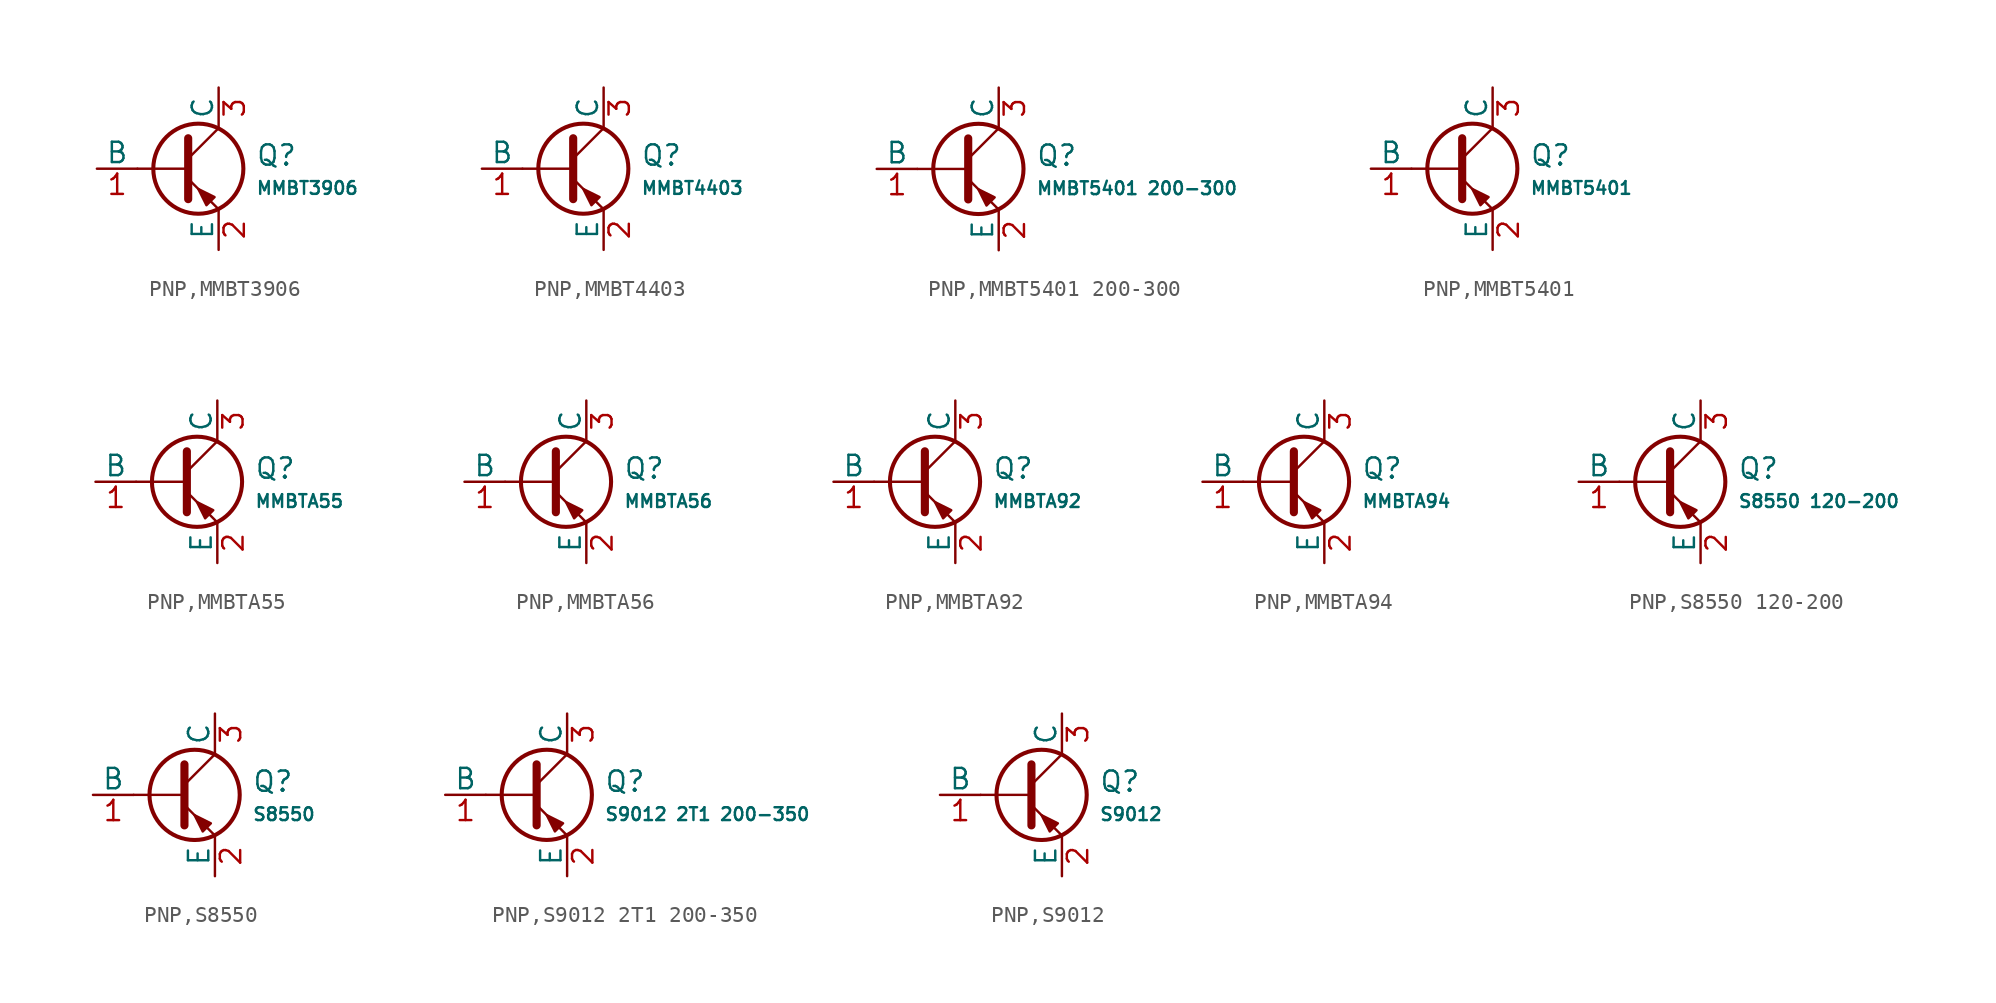
<source format=kicad_sym>
(kicad_symbol_lib
  (version 20231120)
  (generator "CDFER")
  (generator_version "8.0")
  (symbol "PNP,MMBT3906"
    (pin_names
      (offset 0))
    (property "Reference" "Q"
      (at 4.851 0.834 0)
      (effects (font (size 1.27 1.27)) (justify left)))
    (property "Value" "MMBT3906"
      (at 4.851 -1.212 0)
      (effects (font (size 0.8 0.8)) (justify left)))
    (symbol "PNP,MMBT3906_0_1"
      (polyline (pts (xy -2.54 0) (xy 0.635 0)) (stroke (width 0.152) (type default)) (fill (type none)))
      (polyline (pts (xy 0.635 0.635) (xy 2.54 2.54)) (stroke (width 0) (type default)) (fill (type none)))
      (polyline (pts (xy 0.635 -0.635) (xy 2.54 -2.54) (xy 2.54 -2.54)) (stroke (width 0) (type default)) (fill (type none)))
      (polyline (pts (xy 0.635 1.905) (xy 0.635 -1.905) (xy 0.635 -1.905)) (stroke (width 0.508) (type default)) (fill (type none)))
      (polyline (pts (xy 2.286 -1.778) (xy 1.778 -2.286) (xy 1.27 -1.27) (xy 2.286 -1.778) (xy 2.286 -1.778)) (stroke (width 0) (type default)) (fill (type outline)))
      (circle (center 1.27 0) (radius 2.819) (stroke (width 0.254) (type default)) (fill (type none))))
    (symbol "PNP,MMBT3906_1_1"
      (pin open_collector line (at 2.54 5.08 270) (length 2.54) (name "C" (effects (font (size 1.27 1.27)))) (number "3" (effects (font (size 1.27 1.27)))))
      (pin input line (at -5.08 0 0) (length 2.54) (name "B" (effects (font (size 1.27 1.27)))) (number "1" (effects (font (size 1.27 1.27)))))
      (pin open_emitter line (at 2.54 -5.08 90) (length 2.54) (name "E" (effects (font (size 1.27 1.27)))) (number "2" (effects (font (size 1.27 1.27)))))))
  (symbol "PNP,MMBT4403"
    (pin_names
      (offset 0))
    (property "Reference" "Q"
      (at 4.851 0.834 0)
      (effects (font (size 1.27 1.27)) (justify left)))
    (property "Value" "MMBT4403"
      (at 4.851 -1.212 0)
      (effects (font (size 0.8 0.8)) (justify left)))
    (symbol "PNP,MMBT4403_0_1"
      (polyline (pts (xy -2.54 0) (xy 0.635 0)) (stroke (width 0.152) (type default)) (fill (type none)))
      (polyline (pts (xy 0.635 0.635) (xy 2.54 2.54)) (stroke (width 0) (type default)) (fill (type none)))
      (polyline (pts (xy 0.635 -0.635) (xy 2.54 -2.54) (xy 2.54 -2.54)) (stroke (width 0) (type default)) (fill (type none)))
      (polyline (pts (xy 0.635 1.905) (xy 0.635 -1.905) (xy 0.635 -1.905)) (stroke (width 0.508) (type default)) (fill (type none)))
      (polyline (pts (xy 2.286 -1.778) (xy 1.778 -2.286) (xy 1.27 -1.27) (xy 2.286 -1.778) (xy 2.286 -1.778)) (stroke (width 0) (type default)) (fill (type outline)))
      (circle (center 1.27 0) (radius 2.819) (stroke (width 0.254) (type default)) (fill (type none))))
    (symbol "PNP,MMBT4403_1_1"
      (pin open_collector line (at 2.54 5.08 270) (length 2.54) (name "C" (effects (font (size 1.27 1.27)))) (number "3" (effects (font (size 1.27 1.27)))))
      (pin input line (at -5.08 0 0) (length 2.54) (name "B" (effects (font (size 1.27 1.27)))) (number "1" (effects (font (size 1.27 1.27)))))
      (pin open_emitter line (at 2.54 -5.08 90) (length 2.54) (name "E" (effects (font (size 1.27 1.27)))) (number "2" (effects (font (size 1.27 1.27)))))))
  (symbol "PNP,MMBT5401 200-300"
    (pin_names
      (offset 0))
    (property "Reference" "Q"
      (at 4.851 0.834 0)
      (effects (font (size 1.27 1.27)) (justify left)))
    (property "Value" "MMBT5401 200-300"
      (at 4.851 -1.212 0)
      (effects (font (size 0.8 0.8)) (justify left)))
    (symbol "PNP,MMBT5401 200-300_0_1"
      (polyline (pts (xy -2.54 0) (xy 0.635 0)) (stroke (width 0.152) (type default)) (fill (type none)))
      (polyline (pts (xy 0.635 0.635) (xy 2.54 2.54)) (stroke (width 0) (type default)) (fill (type none)))
      (polyline (pts (xy 0.635 -0.635) (xy 2.54 -2.54) (xy 2.54 -2.54)) (stroke (width 0) (type default)) (fill (type none)))
      (polyline (pts (xy 0.635 1.905) (xy 0.635 -1.905) (xy 0.635 -1.905)) (stroke (width 0.508) (type default)) (fill (type none)))
      (polyline (pts (xy 2.286 -1.778) (xy 1.778 -2.286) (xy 1.27 -1.27) (xy 2.286 -1.778) (xy 2.286 -1.778)) (stroke (width 0) (type default)) (fill (type outline)))
      (circle (center 1.27 0) (radius 2.819) (stroke (width 0.254) (type default)) (fill (type none))))
    (symbol "PNP,MMBT5401 200-300_1_1"
      (pin open_collector line (at 2.54 5.08 270) (length 2.54) (name "C" (effects (font (size 1.27 1.27)))) (number "3" (effects (font (size 1.27 1.27)))))
      (pin input line (at -5.08 0 0) (length 2.54) (name "B" (effects (font (size 1.27 1.27)))) (number "1" (effects (font (size 1.27 1.27)))))
      (pin open_emitter line (at 2.54 -5.08 90) (length 2.54) (name "E" (effects (font (size 1.27 1.27)))) (number "2" (effects (font (size 1.27 1.27)))))))
  (symbol "PNP,MMBT5401"
    (pin_names
      (offset 0))
    (property "Reference" "Q"
      (at 4.851 0.834 0)
      (effects (font (size 1.27 1.27)) (justify left)))
    (property "Value" "MMBT5401"
      (at 4.851 -1.212 0)
      (effects (font (size 0.8 0.8)) (justify left)))
    (symbol "PNP,MMBT5401_0_1"
      (polyline (pts (xy -2.54 0) (xy 0.635 0)) (stroke (width 0.152) (type default)) (fill (type none)))
      (polyline (pts (xy 0.635 0.635) (xy 2.54 2.54)) (stroke (width 0) (type default)) (fill (type none)))
      (polyline (pts (xy 0.635 -0.635) (xy 2.54 -2.54) (xy 2.54 -2.54)) (stroke (width 0) (type default)) (fill (type none)))
      (polyline (pts (xy 0.635 1.905) (xy 0.635 -1.905) (xy 0.635 -1.905)) (stroke (width 0.508) (type default)) (fill (type none)))
      (polyline (pts (xy 2.286 -1.778) (xy 1.778 -2.286) (xy 1.27 -1.27) (xy 2.286 -1.778) (xy 2.286 -1.778)) (stroke (width 0) (type default)) (fill (type outline)))
      (circle (center 1.27 0) (radius 2.819) (stroke (width 0.254) (type default)) (fill (type none))))
    (symbol "PNP,MMBT5401_1_1"
      (pin open_collector line (at 2.54 5.08 270) (length 2.54) (name "C" (effects (font (size 1.27 1.27)))) (number "3" (effects (font (size 1.27 1.27)))))
      (pin input line (at -5.08 0 0) (length 2.54) (name "B" (effects (font (size 1.27 1.27)))) (number "1" (effects (font (size 1.27 1.27)))))
      (pin open_emitter line (at 2.54 -5.08 90) (length 2.54) (name "E" (effects (font (size 1.27 1.27)))) (number "2" (effects (font (size 1.27 1.27)))))))
  (symbol "PNP,MMBTA55"
    (pin_names
      (offset 0))
    (property "Reference" "Q"
      (at 4.851 0.834 0)
      (effects (font (size 1.27 1.27)) (justify left)))
    (property "Value" "MMBTA55"
      (at 4.851 -1.212 0)
      (effects (font (size 0.8 0.8)) (justify left)))
    (symbol "PNP,MMBTA55_0_1"
      (polyline (pts (xy -2.54 0) (xy 0.635 0)) (stroke (width 0.152) (type default)) (fill (type none)))
      (polyline (pts (xy 0.635 0.635) (xy 2.54 2.54)) (stroke (width 0) (type default)) (fill (type none)))
      (polyline (pts (xy 0.635 -0.635) (xy 2.54 -2.54) (xy 2.54 -2.54)) (stroke (width 0) (type default)) (fill (type none)))
      (polyline (pts (xy 0.635 1.905) (xy 0.635 -1.905) (xy 0.635 -1.905)) (stroke (width 0.508) (type default)) (fill (type none)))
      (polyline (pts (xy 2.286 -1.778) (xy 1.778 -2.286) (xy 1.27 -1.27) (xy 2.286 -1.778) (xy 2.286 -1.778)) (stroke (width 0) (type default)) (fill (type outline)))
      (circle (center 1.27 0) (radius 2.819) (stroke (width 0.254) (type default)) (fill (type none))))
    (symbol "PNP,MMBTA55_1_1"
      (pin open_collector line (at 2.54 5.08 270) (length 2.54) (name "C" (effects (font (size 1.27 1.27)))) (number "3" (effects (font (size 1.27 1.27)))))
      (pin input line (at -5.08 0 0) (length 2.54) (name "B" (effects (font (size 1.27 1.27)))) (number "1" (effects (font (size 1.27 1.27)))))
      (pin open_emitter line (at 2.54 -5.08 90) (length 2.54) (name "E" (effects (font (size 1.27 1.27)))) (number "2" (effects (font (size 1.27 1.27)))))))
  (symbol "PNP,MMBTA56"
    (pin_names
      (offset 0))
    (property "Reference" "Q"
      (at 4.851 0.834 0)
      (effects (font (size 1.27 1.27)) (justify left)))
    (property "Value" "MMBTA56"
      (at 4.851 -1.212 0)
      (effects (font (size 0.8 0.8)) (justify left)))
    (symbol "PNP,MMBTA56_0_1"
      (polyline (pts (xy -2.54 0) (xy 0.635 0)) (stroke (width 0.152) (type default)) (fill (type none)))
      (polyline (pts (xy 0.635 0.635) (xy 2.54 2.54)) (stroke (width 0) (type default)) (fill (type none)))
      (polyline (pts (xy 0.635 -0.635) (xy 2.54 -2.54) (xy 2.54 -2.54)) (stroke (width 0) (type default)) (fill (type none)))
      (polyline (pts (xy 0.635 1.905) (xy 0.635 -1.905) (xy 0.635 -1.905)) (stroke (width 0.508) (type default)) (fill (type none)))
      (polyline (pts (xy 2.286 -1.778) (xy 1.778 -2.286) (xy 1.27 -1.27) (xy 2.286 -1.778) (xy 2.286 -1.778)) (stroke (width 0) (type default)) (fill (type outline)))
      (circle (center 1.27 0) (radius 2.819) (stroke (width 0.254) (type default)) (fill (type none))))
    (symbol "PNP,MMBTA56_1_1"
      (pin open_collector line (at 2.54 5.08 270) (length 2.54) (name "C" (effects (font (size 1.27 1.27)))) (number "3" (effects (font (size 1.27 1.27)))))
      (pin input line (at -5.08 0 0) (length 2.54) (name "B" (effects (font (size 1.27 1.27)))) (number "1" (effects (font (size 1.27 1.27)))))
      (pin open_emitter line (at 2.54 -5.08 90) (length 2.54) (name "E" (effects (font (size 1.27 1.27)))) (number "2" (effects (font (size 1.27 1.27)))))))
  (symbol "PNP,MMBTA92"
    (pin_names
      (offset 0))
    (property "Reference" "Q"
      (at 4.851 0.834 0)
      (effects (font (size 1.27 1.27)) (justify left)))
    (property "Value" "MMBTA92"
      (at 4.851 -1.212 0)
      (effects (font (size 0.8 0.8)) (justify left)))
    (symbol "PNP,MMBTA92_0_1"
      (polyline (pts (xy -2.54 0) (xy 0.635 0)) (stroke (width 0.152) (type default)) (fill (type none)))
      (polyline (pts (xy 0.635 0.635) (xy 2.54 2.54)) (stroke (width 0) (type default)) (fill (type none)))
      (polyline (pts (xy 0.635 -0.635) (xy 2.54 -2.54) (xy 2.54 -2.54)) (stroke (width 0) (type default)) (fill (type none)))
      (polyline (pts (xy 0.635 1.905) (xy 0.635 -1.905) (xy 0.635 -1.905)) (stroke (width 0.508) (type default)) (fill (type none)))
      (polyline (pts (xy 2.286 -1.778) (xy 1.778 -2.286) (xy 1.27 -1.27) (xy 2.286 -1.778) (xy 2.286 -1.778)) (stroke (width 0) (type default)) (fill (type outline)))
      (circle (center 1.27 0) (radius 2.819) (stroke (width 0.254) (type default)) (fill (type none))))
    (symbol "PNP,MMBTA92_1_1"
      (pin open_collector line (at 2.54 5.08 270) (length 2.54) (name "C" (effects (font (size 1.27 1.27)))) (number "3" (effects (font (size 1.27 1.27)))))
      (pin input line (at -5.08 0 0) (length 2.54) (name "B" (effects (font (size 1.27 1.27)))) (number "1" (effects (font (size 1.27 1.27)))))
      (pin open_emitter line (at 2.54 -5.08 90) (length 2.54) (name "E" (effects (font (size 1.27 1.27)))) (number "2" (effects (font (size 1.27 1.27)))))))
  (symbol "PNP,MMBTA94"
    (pin_names
      (offset 0))
    (property "Reference" "Q"
      (at 4.851 0.834 0)
      (effects (font (size 1.27 1.27)) (justify left)))
    (property "Value" "MMBTA94"
      (at 4.851 -1.212 0)
      (effects (font (size 0.8 0.8)) (justify left)))
    (symbol "PNP,MMBTA94_0_1"
      (polyline (pts (xy -2.54 0) (xy 0.635 0)) (stroke (width 0.152) (type default)) (fill (type none)))
      (polyline (pts (xy 0.635 0.635) (xy 2.54 2.54)) (stroke (width 0) (type default)) (fill (type none)))
      (polyline (pts (xy 0.635 -0.635) (xy 2.54 -2.54) (xy 2.54 -2.54)) (stroke (width 0) (type default)) (fill (type none)))
      (polyline (pts (xy 0.635 1.905) (xy 0.635 -1.905) (xy 0.635 -1.905)) (stroke (width 0.508) (type default)) (fill (type none)))
      (polyline (pts (xy 2.286 -1.778) (xy 1.778 -2.286) (xy 1.27 -1.27) (xy 2.286 -1.778) (xy 2.286 -1.778)) (stroke (width 0) (type default)) (fill (type outline)))
      (circle (center 1.27 0) (radius 2.819) (stroke (width 0.254) (type default)) (fill (type none))))
    (symbol "PNP,MMBTA94_1_1"
      (pin open_collector line (at 2.54 5.08 270) (length 2.54) (name "C" (effects (font (size 1.27 1.27)))) (number "3" (effects (font (size 1.27 1.27)))))
      (pin input line (at -5.08 0 0) (length 2.54) (name "B" (effects (font (size 1.27 1.27)))) (number "1" (effects (font (size 1.27 1.27)))))
      (pin open_emitter line (at 2.54 -5.08 90) (length 2.54) (name "E" (effects (font (size 1.27 1.27)))) (number "2" (effects (font (size 1.27 1.27)))))))
  (symbol "PNP,S8550 120-200"
    (pin_names
      (offset 0))
    (property "Reference" "Q"
      (at 4.851 0.834 0)
      (effects (font (size 1.27 1.27)) (justify left)))
    (property "Value" "S8550 120-200"
      (at 4.851 -1.212 0)
      (effects (font (size 0.8 0.8)) (justify left)))
    (symbol "PNP,S8550 120-200_0_1"
      (polyline (pts (xy -2.54 0) (xy 0.635 0)) (stroke (width 0.152) (type default)) (fill (type none)))
      (polyline (pts (xy 0.635 0.635) (xy 2.54 2.54)) (stroke (width 0) (type default)) (fill (type none)))
      (polyline (pts (xy 0.635 -0.635) (xy 2.54 -2.54) (xy 2.54 -2.54)) (stroke (width 0) (type default)) (fill (type none)))
      (polyline (pts (xy 0.635 1.905) (xy 0.635 -1.905) (xy 0.635 -1.905)) (stroke (width 0.508) (type default)) (fill (type none)))
      (polyline (pts (xy 2.286 -1.778) (xy 1.778 -2.286) (xy 1.27 -1.27) (xy 2.286 -1.778) (xy 2.286 -1.778)) (stroke (width 0) (type default)) (fill (type outline)))
      (circle (center 1.27 0) (radius 2.819) (stroke (width 0.254) (type default)) (fill (type none))))
    (symbol "PNP,S8550 120-200_1_1"
      (pin open_collector line (at 2.54 5.08 270) (length 2.54) (name "C" (effects (font (size 1.27 1.27)))) (number "3" (effects (font (size 1.27 1.27)))))
      (pin input line (at -5.08 0 0) (length 2.54) (name "B" (effects (font (size 1.27 1.27)))) (number "1" (effects (font (size 1.27 1.27)))))
      (pin open_emitter line (at 2.54 -5.08 90) (length 2.54) (name "E" (effects (font (size 1.27 1.27)))) (number "2" (effects (font (size 1.27 1.27)))))))
  (symbol "PNP,S8550"
    (pin_names
      (offset 0))
    (property "Reference" "Q"
      (at 4.851 0.834 0)
      (effects (font (size 1.27 1.27)) (justify left)))
    (property "Value" "S8550"
      (at 4.851 -1.212 0)
      (effects (font (size 0.8 0.8)) (justify left)))
    (symbol "PNP,S8550_0_1"
      (polyline (pts (xy -2.54 0) (xy 0.635 0)) (stroke (width 0.152) (type default)) (fill (type none)))
      (polyline (pts (xy 0.635 0.635) (xy 2.54 2.54)) (stroke (width 0) (type default)) (fill (type none)))
      (polyline (pts (xy 0.635 -0.635) (xy 2.54 -2.54) (xy 2.54 -2.54)) (stroke (width 0) (type default)) (fill (type none)))
      (polyline (pts (xy 0.635 1.905) (xy 0.635 -1.905) (xy 0.635 -1.905)) (stroke (width 0.508) (type default)) (fill (type none)))
      (polyline (pts (xy 2.286 -1.778) (xy 1.778 -2.286) (xy 1.27 -1.27) (xy 2.286 -1.778) (xy 2.286 -1.778)) (stroke (width 0) (type default)) (fill (type outline)))
      (circle (center 1.27 0) (radius 2.819) (stroke (width 0.254) (type default)) (fill (type none))))
    (symbol "PNP,S8550_1_1"
      (pin open_collector line (at 2.54 5.08 270) (length 2.54) (name "C" (effects (font (size 1.27 1.27)))) (number "3" (effects (font (size 1.27 1.27)))))
      (pin input line (at -5.08 0 0) (length 2.54) (name "B" (effects (font (size 1.27 1.27)))) (number "1" (effects (font (size 1.27 1.27)))))
      (pin open_emitter line (at 2.54 -5.08 90) (length 2.54) (name "E" (effects (font (size 1.27 1.27)))) (number "2" (effects (font (size 1.27 1.27)))))))
  (symbol "PNP,S9012 2T1 200-350"
    (pin_names
      (offset 0))
    (property "Reference" "Q"
      (at 4.851 0.834 0)
      (effects (font (size 1.27 1.27)) (justify left)))
    (property "Value" "S9012 2T1 200-350"
      (at 4.851 -1.212 0)
      (effects (font (size 0.8 0.8)) (justify left)))
    (symbol "PNP,S9012 2T1 200-350_0_1"
      (polyline (pts (xy -2.54 0) (xy 0.635 0)) (stroke (width 0.152) (type default)) (fill (type none)))
      (polyline (pts (xy 0.635 0.635) (xy 2.54 2.54)) (stroke (width 0) (type default)) (fill (type none)))
      (polyline (pts (xy 0.635 -0.635) (xy 2.54 -2.54) (xy 2.54 -2.54)) (stroke (width 0) (type default)) (fill (type none)))
      (polyline (pts (xy 0.635 1.905) (xy 0.635 -1.905) (xy 0.635 -1.905)) (stroke (width 0.508) (type default)) (fill (type none)))
      (polyline (pts (xy 2.286 -1.778) (xy 1.778 -2.286) (xy 1.27 -1.27) (xy 2.286 -1.778) (xy 2.286 -1.778)) (stroke (width 0) (type default)) (fill (type outline)))
      (circle (center 1.27 0) (radius 2.819) (stroke (width 0.254) (type default)) (fill (type none))))
    (symbol "PNP,S9012 2T1 200-350_1_1"
      (pin open_collector line (at 2.54 5.08 270) (length 2.54) (name "C" (effects (font (size 1.27 1.27)))) (number "3" (effects (font (size 1.27 1.27)))))
      (pin input line (at -5.08 0 0) (length 2.54) (name "B" (effects (font (size 1.27 1.27)))) (number "1" (effects (font (size 1.27 1.27)))))
      (pin open_emitter line (at 2.54 -5.08 90) (length 2.54) (name "E" (effects (font (size 1.27 1.27)))) (number "2" (effects (font (size 1.27 1.27)))))))
  (symbol "PNP,S9012"
    (pin_names
      (offset 0))
    (property "Reference" "Q"
      (at 4.851 0.834 0)
      (effects (font (size 1.27 1.27)) (justify left)))
    (property "Value" "S9012"
      (at 4.851 -1.212 0)
      (effects (font (size 0.8 0.8)) (justify left)))
    (symbol "PNP,S9012_0_1"
      (polyline (pts (xy -2.54 0) (xy 0.635 0)) (stroke (width 0.152) (type default)) (fill (type none)))
      (polyline (pts (xy 0.635 0.635) (xy 2.54 2.54)) (stroke (width 0) (type default)) (fill (type none)))
      (polyline (pts (xy 0.635 -0.635) (xy 2.54 -2.54) (xy 2.54 -2.54)) (stroke (width 0) (type default)) (fill (type none)))
      (polyline (pts (xy 0.635 1.905) (xy 0.635 -1.905) (xy 0.635 -1.905)) (stroke (width 0.508) (type default)) (fill (type none)))
      (polyline (pts (xy 2.286 -1.778) (xy 1.778 -2.286) (xy 1.27 -1.27) (xy 2.286 -1.778) (xy 2.286 -1.778)) (stroke (width 0) (type default)) (fill (type outline)))
      (circle (center 1.27 0) (radius 2.819) (stroke (width 0.254) (type default)) (fill (type none))))
    (symbol "PNP,S9012_1_1"
      (pin open_collector line (at 2.54 5.08 270) (length 2.54) (name "C" (effects (font (size 1.27 1.27)))) (number "3" (effects (font (size 1.27 1.27)))))
      (pin input line (at -5.08 0 0) (length 2.54) (name "B" (effects (font (size 1.27 1.27)))) (number "1" (effects (font (size 1.27 1.27)))))
      (pin open_emitter line (at 2.54 -5.08 90) (length 2.54) (name "E" (effects (font (size 1.27 1.27)))) (number "2" (effects (font (size 1.27 1.27))))))))
</source>
